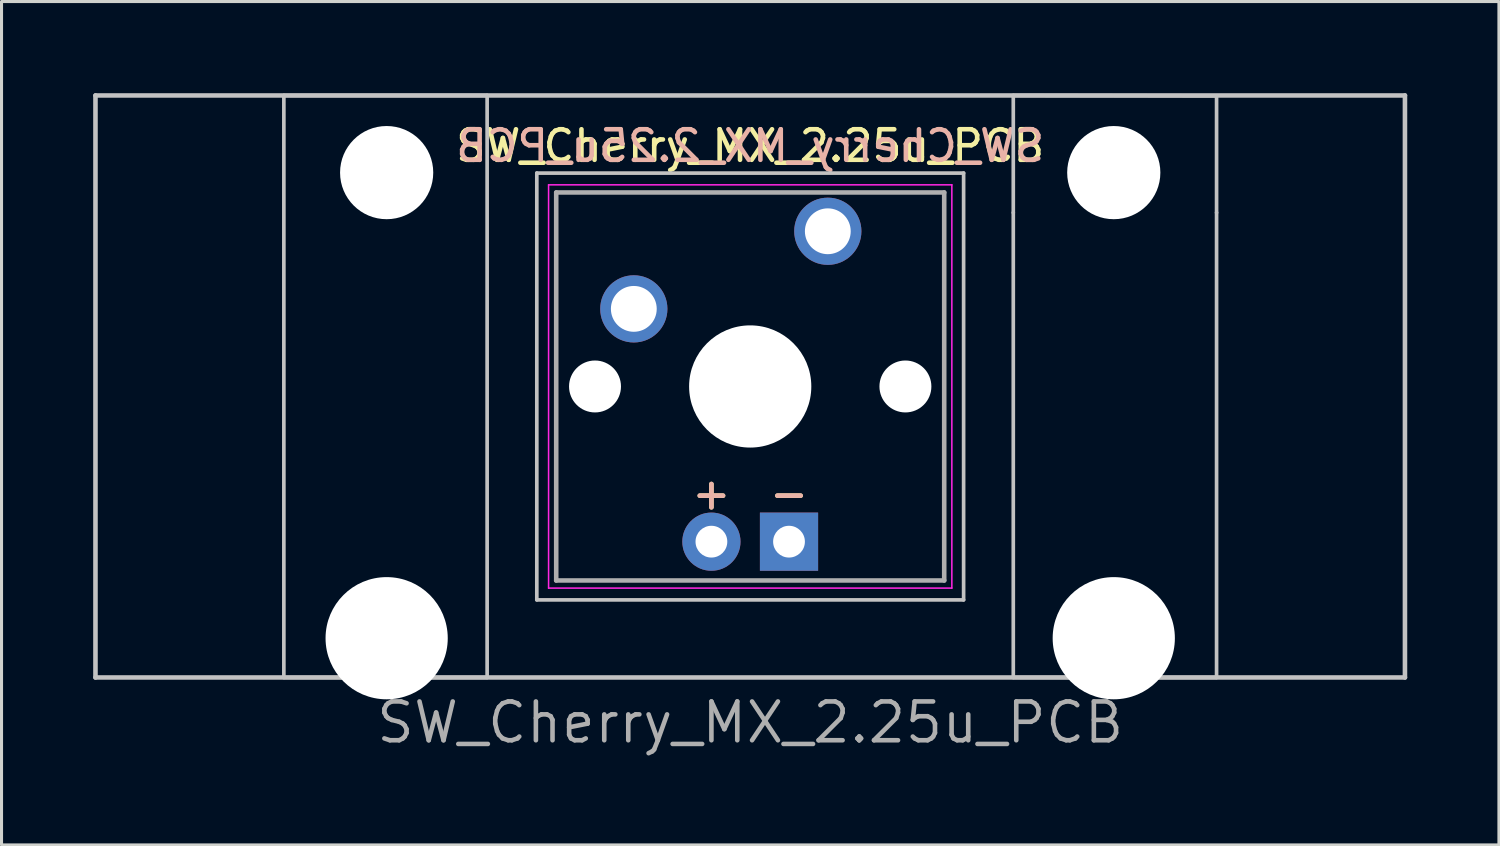
<source format=kicad_pcb>
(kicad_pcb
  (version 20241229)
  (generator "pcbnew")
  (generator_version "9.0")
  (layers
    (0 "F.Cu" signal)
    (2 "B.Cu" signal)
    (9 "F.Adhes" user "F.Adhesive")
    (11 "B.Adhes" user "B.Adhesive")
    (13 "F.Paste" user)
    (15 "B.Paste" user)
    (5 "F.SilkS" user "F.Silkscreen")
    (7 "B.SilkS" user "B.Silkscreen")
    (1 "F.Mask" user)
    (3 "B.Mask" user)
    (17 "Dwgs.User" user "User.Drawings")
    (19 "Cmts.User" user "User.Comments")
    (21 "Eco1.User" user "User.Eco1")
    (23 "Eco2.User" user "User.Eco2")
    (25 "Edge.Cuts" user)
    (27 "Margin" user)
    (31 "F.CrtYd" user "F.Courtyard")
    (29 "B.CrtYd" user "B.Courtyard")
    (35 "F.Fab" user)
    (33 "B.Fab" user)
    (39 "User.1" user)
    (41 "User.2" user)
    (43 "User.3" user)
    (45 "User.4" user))
  (footprint "SW_Cherry_MX_2.25u_PCB"
    (layer "F.Cu")
    (at 21.506 9.6)
    (property "Reference" "SW_Cherry_MX_2.25u_PCB" (at 0 11 0) (layer "F.Fab") (effects (font (size 1.27 1.27) (thickness 0.15))))
    (attr through_hole)
    (fp_line (start -21.431 -9.525) (end 21.431 -9.525) (stroke (width 0.15) (type solid)) (layer "Dwgs.User"))
    (fp_line (start -21.431 9.525) (end -21.431 -9.525) (stroke (width 0.15) (type solid)) (layer "Dwgs.User"))
    (fp_line (start -15.265 9.525) (end -15.265 -9.525) (stroke (width 0.12) (type solid)) (layer "Dwgs.User"))
    (fp_line (start -15.265 9.525) (end -8.611 9.525) (stroke (width 0.12) (type solid)) (layer "Dwgs.User"))
    (fp_line (start -8.611 -9.525) (end -15.265 -9.525) (stroke (width 0.12) (type solid)) (layer "Dwgs.User"))
    (fp_line (start -8.611 9.525) (end -8.611 -9.525) (stroke (width 0.12) (type solid)) (layer "Dwgs.User"))
    (fp_line (start -6.985 -6.985) (end 6.985 -6.985) (stroke (width 0.12) (type solid)) (layer "Dwgs.User"))
    (fp_line (start -6.985 6.985) (end -6.985 -6.985) (stroke (width 0.12) (type solid)) (layer "Dwgs.User"))
    (fp_line (start 6.985 -6.985) (end 6.985 6.985) (stroke (width 0.12) (type solid)) (layer "Dwgs.User"))
    (fp_line (start 6.985 6.985) (end -6.985 6.985) (stroke (width 0.12) (type solid)) (layer "Dwgs.User"))
    (fp_line (start 8.611 -5.69) (end 8.611 -9.525) (stroke (width 0.12) (type solid)) (layer "Dwgs.User"))
    (fp_line (start 8.611 -5.69) (end 8.611 9.525) (stroke (width 0.12) (type solid)) (layer "Dwgs.User"))
    (fp_line (start 8.611 9.525) (end 15.265 9.525) (stroke (width 0.12) (type solid)) (layer "Dwgs.User"))
    (fp_line (start 15.265 -9.512) (end 8.611 -9.525) (stroke (width 0.12) (type solid)) (layer "Dwgs.User"))
    (fp_line (start 15.265 -5.69) (end 15.265 -9.512) (stroke (width 0.12) (type solid)) (layer "Dwgs.User"))
    (fp_line (start 15.265 -5.69) (end 15.265 9.525) (stroke (width 0.12) (type solid)) (layer "Dwgs.User"))
    (fp_line (start 21.431 -9.525) (end 21.431 9.525) (stroke (width 0.15) (type solid)) (layer "Dwgs.User"))
    (fp_line (start 21.431 9.525) (end -21.431 9.525) (stroke (width 0.15) (type solid)) (layer "Dwgs.User"))
    (fp_line (start -16.129 -2.286) (end -15.265 -2.286) (stroke (width 0.05) (type solid)) (layer "Eco1.User"))
    (fp_line (start -16.129 0.508) (end -16.129 -2.286) (stroke (width 0.05) (type solid)) (layer "Eco1.User"))
    (fp_line (start -15.265 -5.69) (end -8.611 -5.69) (stroke (width 0.05) (type solid)) (layer "Eco1.User"))
    (fp_line (start -15.265 -2.286) (end -15.265 -5.69) (stroke (width 0.05) (type solid)) (layer "Eco1.User"))
    (fp_line (start -15.265 0.508) (end -16.129 0.508) (stroke (width 0.05) (type solid)) (layer "Eco1.User"))
    (fp_line (start -15.265 6.604) (end -15.265 0.508) (stroke (width 0.05) (type solid)) (layer "Eco1.User"))
    (fp_line (start -14.224 6.604) (end -15.265 6.604) (stroke (width 0.05) (type solid)) (layer "Eco1.User"))
    (fp_line (start -14.224 7.772) (end -14.224 6.604) (stroke (width 0.05) (type solid)) (layer "Eco1.User"))
    (fp_line (start -9.652 6.604) (end -9.652 7.772) (stroke (width 0.05) (type solid)) (layer "Eco1.User"))
    (fp_line (start -9.652 7.772) (end -14.224 7.772) (stroke (width 0.05) (type solid)) (layer "Eco1.User"))
    (fp_line (start -8.611 -5.69) (end -8.611 -4.877) (stroke (width 0.05) (type solid)) (layer "Eco1.User"))
    (fp_line (start -8.611 -4.877) (end -6.985 -4.877) (stroke (width 0.05) (type solid)) (layer "Eco1.User"))
    (fp_line (start -8.611 5.817) (end -8.611 6.604) (stroke (width 0.05) (type solid)) (layer "Eco1.User"))
    (fp_line (start -8.611 6.604) (end -9.652 6.604) (stroke (width 0.05) (type solid)) (layer "Eco1.User"))
    (fp_line (start -6.985 -6.985) (end 6.985 -6.985) (stroke (width 0.05) (type solid)) (layer "Eco1.User"))
    (fp_line (start -6.985 -4.877) (end -6.985 -6.985) (stroke (width 0.05) (type solid)) (layer "Eco1.User"))
    (fp_line (start -6.985 5.817) (end -8.611 5.817) (stroke (width 0.05) (type solid)) (layer "Eco1.User"))
    (fp_line (start -6.985 6.985) (end -6.985 5.817) (stroke (width 0.05) (type solid)) (layer "Eco1.User"))
    (fp_line (start 6.985 -6.985) (end 6.985 -4.877) (stroke (width 0.05) (type solid)) (layer "Eco1.User"))
    (fp_line (start 6.985 -4.877) (end 8.611 -4.877) (stroke (width 0.05) (type solid)) (layer "Eco1.User"))
    (fp_line (start 6.985 5.817) (end 6.985 6.985) (stroke (width 0.05) (type solid)) (layer "Eco1.User"))
    (fp_line (start 6.985 6.985) (end -6.985 6.985) (stroke (width 0.05) (type solid)) (layer "Eco1.User"))
    (fp_line (start 8.611 -5.69) (end 15.265 -5.69) (stroke (width 0.05) (type solid)) (layer "Eco1.User"))
    (fp_line (start 8.611 -4.877) (end 8.611 -5.69) (stroke (width 0.05) (type solid)) (layer "Eco1.User"))
    (fp_line (start 8.611 5.817) (end 6.985 5.817) (stroke (width 0.05) (type solid)) (layer "Eco1.User"))
    (fp_line (start 8.611 6.604) (end 8.611 5.817) (stroke (width 0.05) (type solid)) (layer "Eco1.User"))
    (fp_line (start 9.652 6.604) (end 8.611 6.604) (stroke (width 0.05) (type solid)) (layer "Eco1.User"))
    (fp_line (start 9.652 7.772) (end 9.652 6.604) (stroke (width 0.05) (type solid)) (layer "Eco1.User"))
    (fp_line (start 14.224 6.604) (end 14.224 7.772) (stroke (width 0.05) (type solid)) (layer "Eco1.User"))
    (fp_line (start 14.224 7.772) (end 9.652 7.772) (stroke (width 0.05) (type solid)) (layer "Eco1.User"))
    (fp_line (start 15.265 -5.69) (end 15.265 -2.286) (stroke (width 0.05) (type solid)) (layer "Eco1.User"))
    (fp_line (start 15.265 -2.286) (end 16.129 -2.286) (stroke (width 0.05) (type solid)) (layer "Eco1.User"))
    (fp_line (start 15.265 0.508) (end 15.265 6.604) (stroke (width 0.05) (type solid)) (layer "Eco1.User"))
    (fp_line (start 15.265 6.604) (end 14.224 6.604) (stroke (width 0.05) (type solid)) (layer "Eco1.User"))
    (fp_line (start 16.129 -2.286) (end 16.129 0.508) (stroke (width 0.05) (type solid)) (layer "Eco1.User"))
    (fp_line (start 16.129 0.508) (end 15.265 0.508) (stroke (width 0.05) (type solid)) (layer "Eco1.User"))
    (fp_line (start -6.6 -6.6) (end 6.6 -6.6) (stroke (width 0.05) (type solid)) (layer "F.CrtYd"))
    (fp_line (start -6.6 6.6) (end -6.6 -6.6) (stroke (width 0.05) (type solid)) (layer "F.CrtYd"))
    (fp_line (start 6.6 -6.6) (end 6.6 6.6) (stroke (width 0.05) (type solid)) (layer "F.CrtYd"))
    (fp_line (start 6.6 6.6) (end -6.6 6.6) (stroke (width 0.05) (type solid)) (layer "F.CrtYd"))
    (fp_line (start -6.35 -6.35) (end 6.35 -6.35) (stroke (width 0.15) (type solid)) (layer "F.Fab"))
    (fp_line (start -6.35 6.35) (end -6.35 -6.35) (stroke (width 0.15) (type solid)) (layer "F.Fab"))
    (fp_line (start 6.35 -6.35) (end 6.35 6.35) (stroke (width 0.15) (type solid)) (layer "F.Fab"))
    (fp_line (start 6.35 6.35) (end -6.35 6.35) (stroke (width 0.15) (type solid)) (layer "F.Fab"))
    (fp_text user "+" (at -1.27 3.5 0) (layer "F.SilkS") (effects (font (size 1 1) (thickness 0.15))))
    (fp_text user "${REFERENCE}" (at 0 -7.874 0) (layer "F.SilkS") (effects (font (size 1 1) (thickness 0.15))))
    (fp_text user "-" (at 1.27 3.5 0) (layer "F.SilkS") (effects (font (size 1 1) (thickness 0.15))))
    (fp_text user "-" (at 1.27 3.5 0) (layer "B.SilkS") (effects (font (size 1 1) (thickness 0.15))))
    (fp_text user "${REFERENCE}" (at 0 -7.874 0) (layer "B.SilkS") (effects (font (size 1 1) (thickness 0.15)) (justify mirror)))
    (fp_text user "+" (at -1.27 3.5 0) (layer "B.SilkS") (effects (font (size 1 1) (thickness 0.15))))
    (pad "" np_thru_hole circle (at -11.9 -7) (size 3.05 3.05) (drill 3.05) (layers "*.Cu" "*.Mask"))
    (pad "" np_thru_hole circle (at -11.9 8.24) (size 4 4) (drill 4) (layers "*.Cu" "*.Mask"))
    (pad "" np_thru_hole circle (at -5.08 0) (size 1.7 1.7) (drill 1.7) (layers "*.Cu" "*.Mask"))
    (pad "" np_thru_hole circle (at 0 0) (size 4 4) (drill 4) (layers "*.Cu" "*.Mask"))
    (pad "" np_thru_hole circle (at 5.08 0) (size 1.7 1.7) (drill 1.7) (layers "*.Cu" "*.Mask"))
    (pad "" np_thru_hole circle (at 11.9 -7) (size 3.05 3.05) (drill 3.05) (layers "*.Cu" "*.Mask"))
    (pad "" np_thru_hole circle (at 11.9 8.24) (size 4 4) (drill 4) (layers "*.Cu" "*.Mask"))
    (pad "1" thru_hole circle (at 2.54 -5.08) (size 2.2 2.2) (drill 1.5) (layers "*.Cu" "*.Mask"))
    (pad "2" thru_hole circle (at -3.81 -2.54) (size 2.2 2.2) (drill 1.5) (layers "*.Cu" "*.Mask"))
    (pad "3" thru_hole circle (at -1.27 5.08) (size 1.905 1.905) (drill 1.04) (layers "*.Cu" "*.Mask"))
    (pad "4" thru_hole rect (at 1.27 5.08) (size 1.905 1.905) (drill 1.04) (layers "*.Cu" "*.Mask")))
  (gr_rect
    (start -3 -3)
    (end 46.013 24.606)
    (stroke (width 0.1) (type default))
    (fill no)
    (layer "Edge.Cuts")))
</source>
